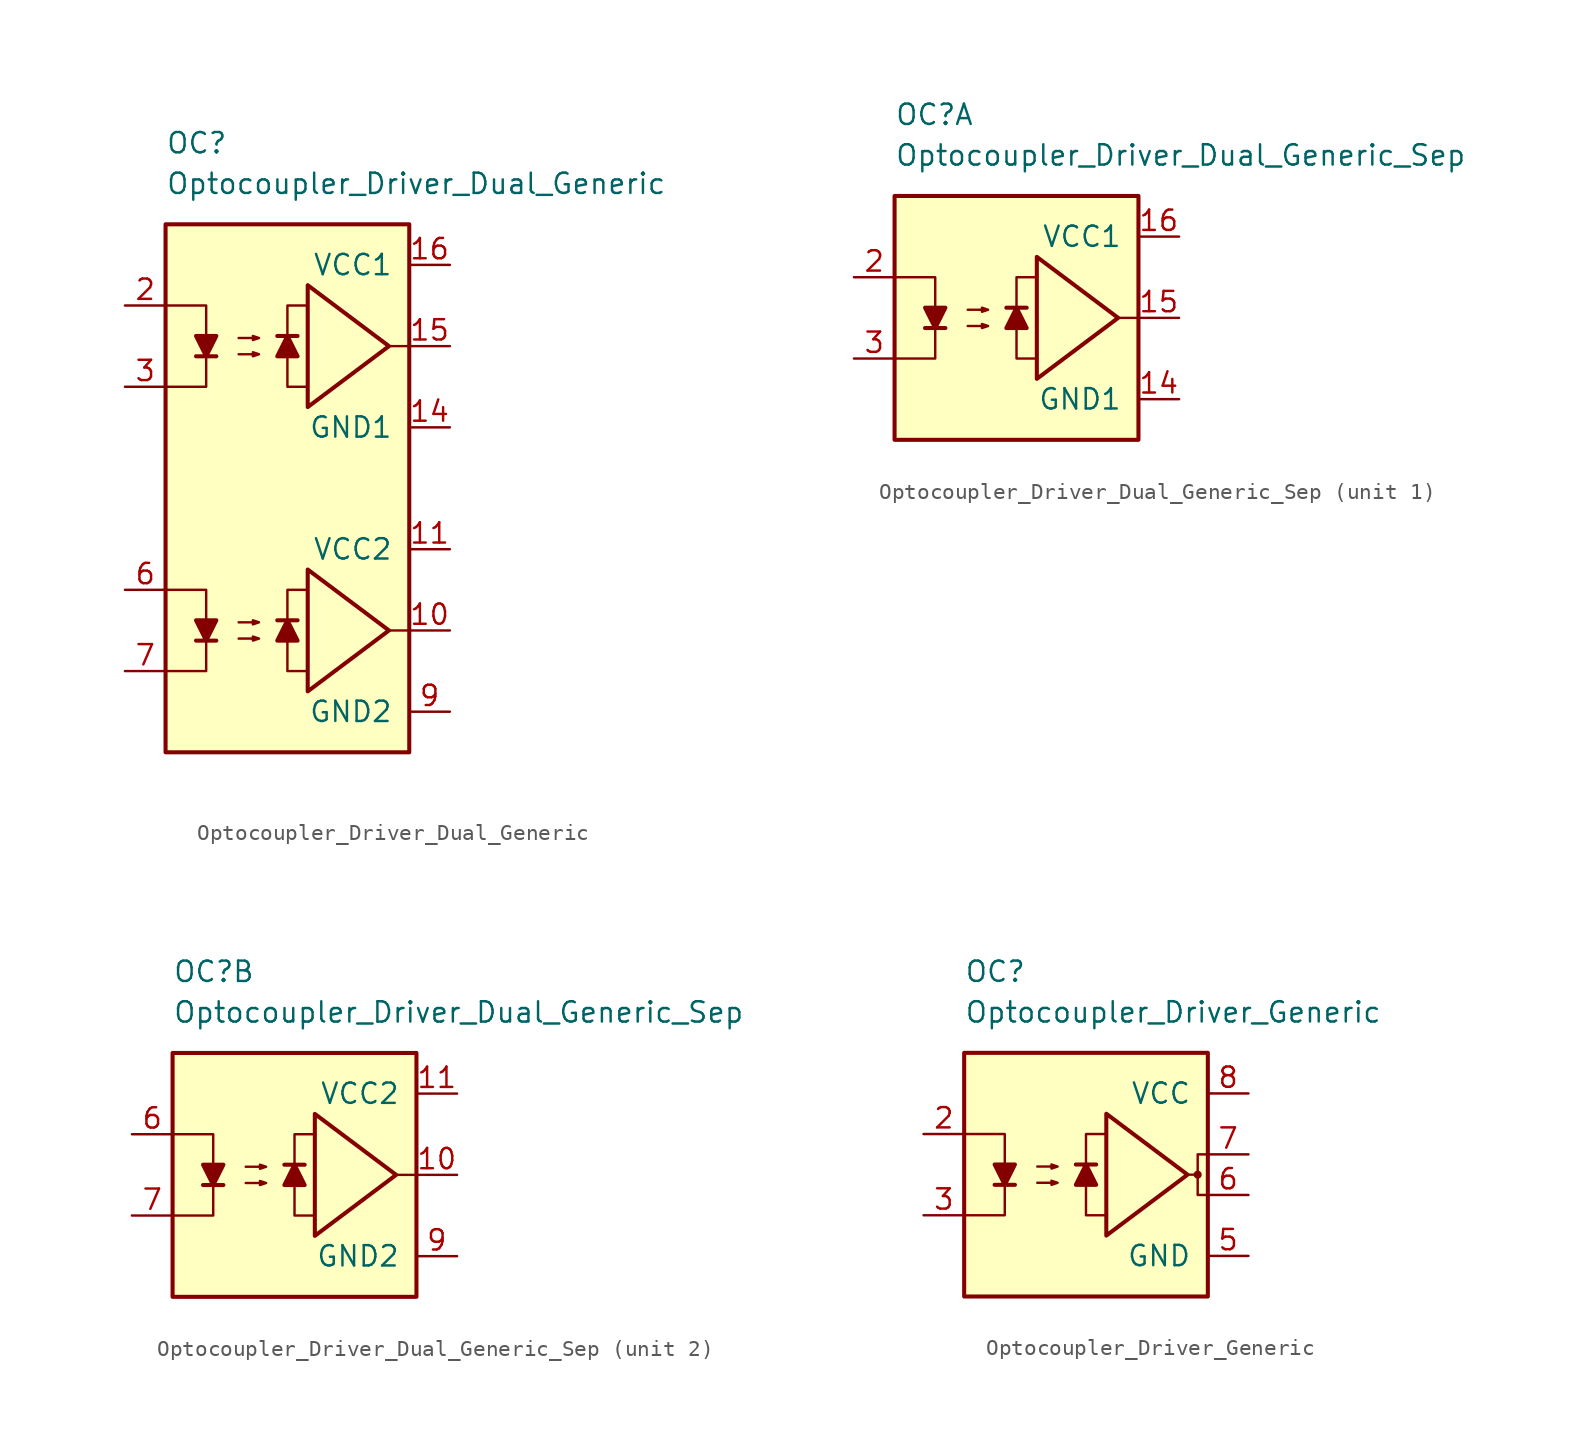
<source format=kicad_sym>
(kicad_symbol_lib
  (version 20231120)
  (generator "kicad_symbol_editor")
  (generator_version "8.0")
  (symbol "Optocoupler_Driver_Dual_Generic"
    (pin_names
      (offset 1.016))
    (property "Reference" "OC"
      (at -7.62 21.59 0)
      (effects (font (size 1.27 1.27)) (justify left)))
    (property "Value" "Optocoupler_Driver_Dual_Generic"
      (at -7.62 19.05 0)
      (effects (font (size 1.27 1.27)) (justify left)))
    (symbol "Optocoupler_Driver_Dual_Generic_0_0"
      (polyline (pts (xy 7.62 8.89) (xy 6.35 8.89)) (stroke (width 0) (type default)) (fill (type none)))
      (polyline (pts (xy 1.27 6.35) (xy 0 6.35) (xy 0 11.43) (xy 1.27 11.43)) (stroke (width 0) (type default)) (fill (type none)))
      (polyline (pts (xy 6.35 8.89) (xy 1.27 12.7) (xy 1.27 5.08) (xy 6.35 8.89)) (stroke (width 0.254) (type default)) (fill (type none))))
    (symbol "Optocoupler_Driver_Dual_Generic_0_1"
      (rectangle (start -7.62 16.51) (end 7.62 -16.51) (stroke (width 0.254) (type default)) (fill (type background)))
      (polyline (pts (xy -5.715 8.255) (xy -4.445 8.255)) (stroke (width 0.254) (type default)) (fill (type none)))
      (polyline (pts (xy -7.62 11.43) (xy -5.08 11.43) (xy -5.08 8.255)) (stroke (width 0) (type default)) (fill (type none)))
      (polyline (pts (xy -5.08 8.255) (xy -5.08 6.35) (xy -7.62 6.35)) (stroke (width 0) (type default)) (fill (type none)))
      (polyline (pts (xy -5.08 8.255) (xy -5.715 9.525) (xy -4.445 9.525) (xy -5.08 8.255)) (stroke (width 0.254) (type default)) (fill (type outline)))
      (polyline (pts (xy -3.048 8.382) (xy -1.778 8.382) (xy -2.159 8.255) (xy -2.159 8.509) (xy -1.778 8.382)) (stroke (width 0) (type default)) (fill (type none)))
      (polyline (pts (xy -3.048 9.398) (xy -1.778 9.398) (xy -2.159 9.271) (xy -2.159 9.525) (xy -1.778 9.398)) (stroke (width 0) (type default)) (fill (type none))))
    (symbol "Optocoupler_Driver_Dual_Generic_1_1"
      (polyline (pts (xy -5.715 -9.525) (xy -4.445 -9.525)) (stroke (width 0.254) (type default)) (fill (type none)))
      (polyline (pts (xy 0.635 -8.255) (xy -0.635 -8.255)) (stroke (width 0.254) (type default)) (fill (type none)))
      (polyline (pts (xy 0.635 9.525) (xy -0.635 9.525)) (stroke (width 0.254) (type default)) (fill (type none)))
      (polyline (pts (xy 7.62 -8.89) (xy 6.35 -8.89)) (stroke (width 0) (type default)) (fill (type none)))
      (polyline (pts (xy -7.62 -6.35) (xy -5.08 -6.35) (xy -5.08 -9.525)) (stroke (width 0) (type default)) (fill (type none)))
      (polyline (pts (xy -5.08 -9.525) (xy -5.08 -11.43) (xy -7.62 -11.43)) (stroke (width 0) (type default)) (fill (type none)))
      (polyline (pts (xy -5.08 -9.525) (xy -5.715 -8.255) (xy -4.445 -8.255) (xy -5.08 -9.525)) (stroke (width 0.254) (type default)) (fill (type outline)))
      (polyline (pts (xy 0 -8.255) (xy 0.635 -9.525) (xy -0.635 -9.525) (xy 0 -8.255)) (stroke (width 0.254) (type default)) (fill (type outline)))
      (polyline (pts (xy 0 9.525) (xy 0.635 8.255) (xy -0.635 8.255) (xy 0 9.525)) (stroke (width 0.254) (type default)) (fill (type outline)))
      (polyline (pts (xy 1.27 -11.43) (xy 0 -11.43) (xy 0 -6.35) (xy 1.27 -6.35)) (stroke (width 0) (type default)) (fill (type none)))
      (polyline (pts (xy 6.35 -8.89) (xy 1.27 -5.08) (xy 1.27 -12.7) (xy 6.35 -8.89)) (stroke (width 0.254) (type default)) (fill (type none)))
      (polyline (pts (xy -3.048 -9.398) (xy -1.778 -9.398) (xy -2.159 -9.525) (xy -2.159 -9.271) (xy -1.778 -9.398)) (stroke (width 0) (type default)) (fill (type none)))
      (polyline (pts (xy -3.048 -8.382) (xy -1.778 -8.382) (xy -2.159 -8.509) (xy -2.159 -8.255) (xy -1.778 -8.382)) (stroke (width 0) (type default)) (fill (type none)))
      (pin free line (at -6.35 13.97 0) (length 2.54) hide (name "NC" (effects (font (size 1.27 1.27)))) (number "1" (effects (font (size 1.27 1.27)))))
      (pin output line (at 10.16 -8.89 180) (length 2.54) (name "~" (effects (font (size 1.27 1.27)))) (number "10" (effects (font (size 1.27 1.27)))))
      (pin power_in line (at 10.16 -3.81 180) (length 2.54) (name "VCC2" (effects (font (size 1.27 1.27)))) (number "11" (effects (font (size 1.27 1.27)))))
      (pin power_in line (at 10.16 3.81 180) (length 2.54) (name "GND1" (effects (font (size 1.27 1.27)))) (number "14" (effects (font (size 1.27 1.27)))))
      (pin output line (at 10.16 8.89 180) (length 2.54) (name "~" (effects (font (size 1.27 1.27)))) (number "15" (effects (font (size 1.27 1.27)))))
      (pin power_in line (at 10.16 13.97 180) (length 2.54) (name "VCC1" (effects (font (size 1.27 1.27)))) (number "16" (effects (font (size 1.27 1.27)))))
      (pin passive line (at -10.16 11.43 0) (length 2.54) (name "~" (effects (font (size 1.27 1.27)))) (number "2" (effects (font (size 1.27 1.27)))))
      (pin passive line (at -10.16 6.35 0) (length 2.54) (name "~" (effects (font (size 1.27 1.27)))) (number "3" (effects (font (size 1.27 1.27)))))
      (pin passive line (at -10.16 -6.35 0) (length 2.54) (name "~" (effects (font (size 1.27 1.27)))) (number "6" (effects (font (size 1.27 1.27)))))
      (pin passive line (at -10.16 -11.43 0) (length 2.54) (name "~" (effects (font (size 1.27 1.27)))) (number "7" (effects (font (size 1.27 1.27)))))
      (pin free line (at -6.35 -13.97 0) (length 2.54) hide (name "NC" (effects (font (size 1.27 1.27)))) (number "8" (effects (font (size 1.27 1.27)))))
      (pin power_in line (at 10.16 -13.97 180) (length 2.54) (name "GND2" (effects (font (size 1.27 1.27)))) (number "9" (effects (font (size 1.27 1.27)))))))
  (symbol "Optocoupler_Driver_Dual_Generic_Sep"
    (pin_names
      (offset 1.016))
    (property "Reference" "OC"
      (at -7.62 12.7 0)
      (effects (font (size 1.27 1.27)) (justify left)))
    (property "Value" "Optocoupler_Driver_Dual_Generic_Sep"
      (at -7.62 10.16 0)
      (effects (font (size 1.27 1.27)) (justify left)))
    (property "ki_locked" ""
      (at 0 0 0)
      (effects (font (size 1.27 1.27))))
    (symbol "Optocoupler_Driver_Dual_Generic_Sep_0_0"
      (rectangle (start -7.62 7.62) (end 7.62 -7.62) (stroke (width 0.254) (type default)) (fill (type background)))
      (polyline (pts (xy 7.62 0) (xy 6.35 0)) (stroke (width 0) (type default)) (fill (type none)))
      (polyline (pts (xy 1.27 -2.54) (xy 0 -2.54) (xy 0 2.54) (xy 1.27 2.54)) (stroke (width 0) (type default)) (fill (type none)))
      (polyline (pts (xy 6.35 0) (xy 1.27 3.81) (xy 1.27 -3.81) (xy 6.35 0)) (stroke (width 0.254) (type default)) (fill (type none))))
    (symbol "Optocoupler_Driver_Dual_Generic_Sep_0_1"
      (polyline (pts (xy -5.715 -0.635) (xy -4.445 -0.635)) (stroke (width 0.254) (type default)) (fill (type none)))
      (polyline (pts (xy -7.62 2.54) (xy -5.08 2.54) (xy -5.08 -0.635)) (stroke (width 0) (type default)) (fill (type none)))
      (polyline (pts (xy -5.08 -0.635) (xy -5.08 -2.54) (xy -7.62 -2.54)) (stroke (width 0) (type default)) (fill (type none)))
      (polyline (pts (xy -5.08 -0.635) (xy -5.715 0.635) (xy -4.445 0.635) (xy -5.08 -0.635)) (stroke (width 0.254) (type default)) (fill (type outline)))
      (polyline (pts (xy -3.048 -0.508) (xy -1.778 -0.508) (xy -2.159 -0.635) (xy -2.159 -0.381) (xy -1.778 -0.508)) (stroke (width 0) (type default)) (fill (type none)))
      (polyline (pts (xy -3.048 0.508) (xy -1.778 0.508) (xy -2.159 0.381) (xy -2.159 0.635) (xy -1.778 0.508)) (stroke (width 0) (type default)) (fill (type none))))
    (symbol "Optocoupler_Driver_Dual_Generic_Sep_1_1"
      (polyline (pts (xy 0.635 0.635) (xy -0.635 0.635)) (stroke (width 0.254) (type default)) (fill (type none)))
      (polyline (pts (xy 0 0.635) (xy 0.635 -0.635) (xy -0.635 -0.635) (xy 0 0.635)) (stroke (width 0.254) (type default)) (fill (type outline)))
      (pin free line (at -6.35 -5.08 0) (length 2.54) hide (name "NC" (effects (font (size 1.27 1.27)))) (number "1" (effects (font (size 1.27 1.27)))))
      (pin power_in line (at 10.16 -5.08 180) (length 2.54) (name "GND1" (effects (font (size 1.27 1.27)))) (number "14" (effects (font (size 1.27 1.27)))))
      (pin output line (at 10.16 0 180) (length 2.54) (name "~" (effects (font (size 1.27 1.27)))) (number "15" (effects (font (size 1.27 1.27)))))
      (pin power_in line (at 10.16 5.08 180) (length 2.54) (name "VCC1" (effects (font (size 1.27 1.27)))) (number "16" (effects (font (size 1.27 1.27)))))
      (pin passive line (at -10.16 2.54 0) (length 2.54) (name "~" (effects (font (size 1.27 1.27)))) (number "2" (effects (font (size 1.27 1.27)))))
      (pin passive line (at -10.16 -2.54 0) (length 2.54) (name "~" (effects (font (size 1.27 1.27)))) (number "3" (effects (font (size 1.27 1.27))))))
    (symbol "Optocoupler_Driver_Dual_Generic_Sep_2_1"
      (polyline (pts (xy 0.635 0.635) (xy -0.635 0.635)) (stroke (width 0.254) (type default)) (fill (type none)))
      (polyline (pts (xy 0 0.635) (xy 0.635 -0.635) (xy -0.635 -0.635) (xy 0 0.635)) (stroke (width 0.254) (type default)) (fill (type outline)))
      (pin output line (at 10.16 0 180) (length 2.54) (name "~" (effects (font (size 1.27 1.27)))) (number "10" (effects (font (size 1.27 1.27)))))
      (pin power_in line (at 10.16 5.08 180) (length 2.54) (name "VCC2" (effects (font (size 1.27 1.27)))) (number "11" (effects (font (size 1.27 1.27)))))
      (pin passive line (at -10.16 2.54 0) (length 2.54) (name "~" (effects (font (size 1.27 1.27)))) (number "6" (effects (font (size 1.27 1.27)))))
      (pin passive line (at -10.16 -2.54 0) (length 2.54) (name "~" (effects (font (size 1.27 1.27)))) (number "7" (effects (font (size 1.27 1.27)))))
      (pin free line (at -6.35 -5.08 0) (length 2.54) hide (name "NC" (effects (font (size 1.27 1.27)))) (number "8" (effects (font (size 1.27 1.27)))))
      (pin power_in line (at 10.16 -5.08 180) (length 2.54) (name "GND2" (effects (font (size 1.27 1.27)))) (number "9" (effects (font (size 1.27 1.27)))))))
  (symbol "Optocoupler_Driver_Generic"
    (pin_names
      (offset 1.016))
    (property "Reference" "OC"
      (at -7.62 12.7 0)
      (effects (font (size 1.27 1.27)) (justify left)))
    (property "Value" "Optocoupler_Driver_Generic"
      (at -7.62 10.16 0)
      (effects (font (size 1.27 1.27)) (justify left)))
    (symbol "Optocoupler_Driver_Generic_0_0"
      (rectangle (start -7.62 7.62) (end 7.62 -7.62) (stroke (width 0.254) (type default)) (fill (type background)))
      (polyline (pts (xy 1.27 -2.54) (xy 0 -2.54) (xy 0 2.54) (xy 1.27 2.54)) (stroke (width 0) (type default)) (fill (type none)))
      (polyline (pts (xy 6.35 0) (xy 1.27 3.81) (xy 1.27 -3.81) (xy 6.35 0)) (stroke (width 0.254) (type default)) (fill (type none))))
    (symbol "Optocoupler_Driver_Generic_0_1"
      (polyline (pts (xy -5.715 -0.635) (xy -4.445 -0.635)) (stroke (width 0.254) (type default)) (fill (type none)))
      (polyline (pts (xy -7.62 2.54) (xy -5.08 2.54) (xy -5.08 -0.635)) (stroke (width 0) (type default)) (fill (type none)))
      (polyline (pts (xy -5.08 -0.635) (xy -5.08 -2.54) (xy -7.62 -2.54)) (stroke (width 0) (type default)) (fill (type none)))
      (polyline (pts (xy 6.985 0) (xy 6.985 -1.27) (xy 7.62 -1.27)) (stroke (width 0) (type default)) (fill (type none)))
      (polyline (pts (xy -5.08 -0.635) (xy -5.715 0.635) (xy -4.445 0.635) (xy -5.08 -0.635)) (stroke (width 0.254) (type default)) (fill (type outline)))
      (polyline (pts (xy 6.35 0) (xy 6.985 0) (xy 6.985 1.27) (xy 7.62 1.27)) (stroke (width 0) (type default)) (fill (type none)))
      (polyline (pts (xy -3.048 -0.508) (xy -1.778 -0.508) (xy -2.159 -0.635) (xy -2.159 -0.381) (xy -1.778 -0.508)) (stroke (width 0) (type default)) (fill (type none)))
      (polyline (pts (xy -3.048 0.508) (xy -1.778 0.508) (xy -2.159 0.381) (xy -2.159 0.635) (xy -1.778 0.508)) (stroke (width 0) (type default)) (fill (type none))))
    (symbol "Optocoupler_Driver_Generic_1_1"
      (polyline (pts (xy 0.635 0.635) (xy -0.635 0.635)) (stroke (width 0.254) (type default)) (fill (type none)))
      (polyline (pts (xy 0 0.635) (xy 0.635 -0.635) (xy -0.635 -0.635) (xy 0 0.635)) (stroke (width 0.254) (type default)) (fill (type outline)))
      (circle (center 6.985 0) (radius 0.178) (stroke (width 0) (type default)) (fill (type outline)))
      (pin free line (at -5.08 5.08 0) (length 2.54) hide (name "NC" (effects (font (size 1.27 1.27)))) (number "1" (effects (font (size 1.27 1.27)))))
      (pin passive line (at -10.16 2.54 0) (length 2.54) (name "~" (effects (font (size 1.27 1.27)))) (number "2" (effects (font (size 1.27 1.27)))))
      (pin passive line (at -10.16 -2.54 0) (length 2.54) (name "~" (effects (font (size 1.27 1.27)))) (number "3" (effects (font (size 1.27 1.27)))))
      (pin free line (at -5.08 -5.08 0) (length 2.54) hide (name "NC" (effects (font (size 1.27 1.27)))) (number "4" (effects (font (size 1.27 1.27)))))
      (pin power_in line (at 10.16 -5.08 180) (length 2.54) (name "GND" (effects (font (size 1.27 1.27)))) (number "5" (effects (font (size 1.27 1.27)))))
      (pin output line (at 10.16 -1.27 180) (length 2.54) (name "~" (effects (font (size 1.27 1.27)))) (number "6" (effects (font (size 1.27 1.27)))))
      (pin output line (at 10.16 1.27 180) (length 2.54) (name "~" (effects (font (size 1.27 1.27)))) (number "7" (effects (font (size 1.27 1.27)))))
      (pin power_in line (at 10.16 5.08 180) (length 2.54) (name "VCC" (effects (font (size 1.27 1.27)))) (number "8" (effects (font (size 1.27 1.27))))))))
</source>
